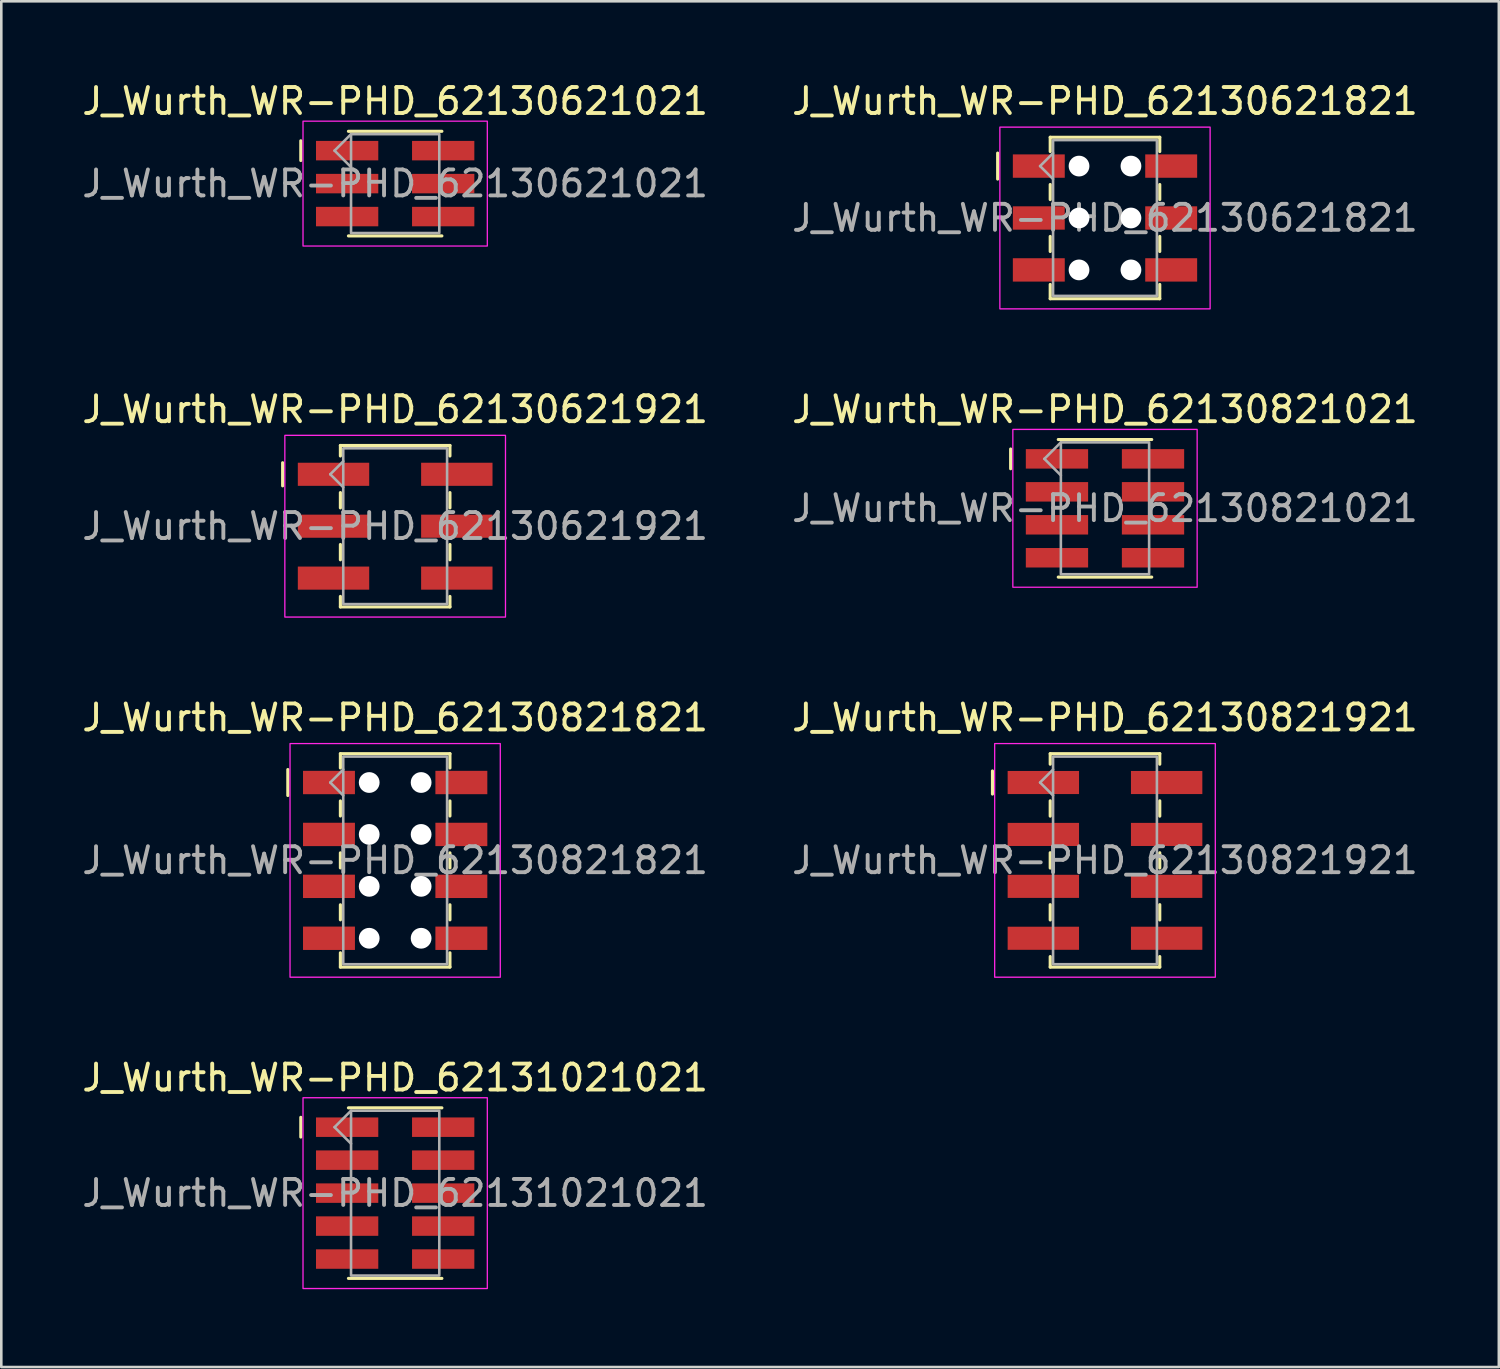
<source format=kicad_pcb>
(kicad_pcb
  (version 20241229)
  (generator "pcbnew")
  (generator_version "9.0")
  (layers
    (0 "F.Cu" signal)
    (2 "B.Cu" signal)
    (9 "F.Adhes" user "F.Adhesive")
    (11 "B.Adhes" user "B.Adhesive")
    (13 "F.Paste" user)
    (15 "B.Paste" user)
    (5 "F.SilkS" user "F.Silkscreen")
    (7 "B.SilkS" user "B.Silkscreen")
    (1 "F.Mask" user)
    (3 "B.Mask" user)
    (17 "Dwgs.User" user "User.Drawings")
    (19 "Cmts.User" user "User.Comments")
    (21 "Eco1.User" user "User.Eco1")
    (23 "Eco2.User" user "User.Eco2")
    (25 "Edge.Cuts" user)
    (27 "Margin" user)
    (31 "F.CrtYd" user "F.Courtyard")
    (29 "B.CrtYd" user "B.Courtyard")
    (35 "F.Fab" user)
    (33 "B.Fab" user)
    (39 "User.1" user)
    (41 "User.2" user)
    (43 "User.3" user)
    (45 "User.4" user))
  (footprint "J_Wurth_WR-PHD_62130821821"
    (layer "F.Cu")
    (at 12.173 30.095)
    (property "Reference" "J_Wurth_WR-PHD_62130821821" (at 0 -5.5 0) (unlocked yes) (layer "F.SilkS") (effects (font (size 1 1) (thickness 0.15))))
    (attr smd)
    (fp_line (start -4.135 -3.5) (end -4.135 -2.5) (stroke (width 0.12) (type solid)) (layer "F.SilkS"))
    (fp_line (start -2.11 -4.11) (end -2.11 -3.56) (stroke (width 0.12) (type solid)) (layer "F.SilkS"))
    (fp_line (start -2.11 -2.29) (end -2.11 -1.71) (stroke (width 0.12) (type solid)) (layer "F.SilkS"))
    (fp_line (start -2.11 -0.29) (end -2.11 0.29) (stroke (width 0.12) (type solid)) (layer "F.SilkS"))
    (fp_line (start -2.11 1.71) (end -2.11 2.29) (stroke (width 0.12) (type solid)) (layer "F.SilkS"))
    (fp_line (start -2.11 3.56) (end -2.11 4.11) (stroke (width 0.12) (type solid)) (layer "F.SilkS"))
    (fp_line (start -2.11 4.11) (end 2.11 4.11) (stroke (width 0.12) (type solid)) (layer "F.SilkS"))
    (fp_line (start 2.11 -4.11) (end -2.11 -4.11) (stroke (width 0.12) (type solid)) (layer "F.SilkS"))
    (fp_line (start 2.11 -4.11) (end 2.11 -3.56) (stroke (width 0.12) (type solid)) (layer "F.SilkS"))
    (fp_line (start 2.11 -2.29) (end 2.11 -1.71) (stroke (width 0.12) (type solid)) (layer "F.SilkS"))
    (fp_line (start 2.11 -0.29) (end 2.11 0.29) (stroke (width 0.12) (type solid)) (layer "F.SilkS"))
    (fp_line (start 2.11 1.71) (end 2.11 2.29) (stroke (width 0.12) (type solid)) (layer "F.SilkS"))
    (fp_line (start 2.11 3.56) (end 2.11 4.11) (stroke (width 0.12) (type solid)) (layer "F.SilkS"))
    (fp_rect (start -4.05 -4.5) (end 4.05 4.5) (stroke (width 0.05) (type solid)) (fill no) (layer "F.CrtYd"))
    (fp_line (start -2.5 -3) (end -2 -2.5) (stroke (width 0.1) (type default)) (layer "F.Fab"))
    (fp_line (start -2 -3.5) (end -2.5 -3) (stroke (width 0.1) (type default)) (layer "F.Fab"))
    (fp_rect (start -2 -4) (end 2 4) (stroke (width 0.1) (type solid)) (fill no) (layer "F.Fab"))
    (fp_text user "${REFERENCE}" (at 0 0 0) (unlocked yes) (layer "F.Fab") (effects (font (size 1 1) (thickness 0.15))))
    (pad "" np_thru_hole circle (at -1 -3 270) (size 0.8 0.8) (drill 0.8) (layers "*.Cu" "*.Mask"))
    (pad "" np_thru_hole circle (at -1 -1 270) (size 0.8 0.8) (drill 0.8) (layers "*.Cu" "*.Mask"))
    (pad "" np_thru_hole circle (at -1 1 270) (size 0.8 0.8) (drill 0.8) (layers "*.Cu" "*.Mask"))
    (pad "" np_thru_hole circle (at -1 3 270) (size 0.8 0.8) (drill 0.8) (layers "*.Cu" "*.Mask"))
    (pad "" np_thru_hole circle (at 1 -3 270) (size 0.8 0.8) (drill 0.8) (layers "*.Cu" "*.Mask"))
    (pad "" np_thru_hole circle (at 1 -1 270) (size 0.8 0.8) (drill 0.8) (layers "*.Cu" "*.Mask"))
    (pad "" np_thru_hole circle (at 1 1 270) (size 0.8 0.8) (drill 0.8) (layers "*.Cu" "*.Mask"))
    (pad "" np_thru_hole circle (at 1 3 270) (size 0.8 0.8) (drill 0.8) (layers "*.Cu" "*.Mask"))
    (pad "1" smd rect (at -2.55 -3 270) (size 0.9 2) (layers "F.Cu" "F.Mask" "F.Paste"))
    (pad "2" smd rect (at 2.55 -3 270) (size 0.9 2) (layers "F.Cu" "F.Mask" "F.Paste"))
    (pad "3" smd rect (at -2.55 -1 270) (size 0.9 2) (layers "F.Cu" "F.Mask" "F.Paste"))
    (pad "4" smd rect (at 2.55 -1 270) (size 0.9 2) (layers "F.Cu" "F.Mask" "F.Paste"))
    (pad "5" smd rect (at -2.55 1 270) (size 0.9 2) (layers "F.Cu" "F.Mask" "F.Paste"))
    (pad "6" smd rect (at 2.55 1 270) (size 0.9 2) (layers "F.Cu" "F.Mask" "F.Paste"))
    (pad "7" smd rect (at -2.55 3 270) (size 0.9 2) (layers "F.Cu" "F.Mask" "F.Paste"))
    (pad "8" smd rect (at 2.55 3 270) (size 0.9 2) (layers "F.Cu" "F.Mask" "F.Paste")))
  (footprint "J_Wurth_WR-PHD_62130821921"
    (layer "F.Cu")
    (at 39.518 30.095)
    (property "Reference" "J_Wurth_WR-PHD_62130821921" (at 0 -5.5 0) (unlocked yes) (layer "F.SilkS") (effects (font (size 1 1) (thickness 0.15))))
    (attr smd)
    (fp_line (start -4.335 -3.445) (end -4.335 -2.555) (stroke (width 0.12) (type solid)) (layer "F.SilkS"))
    (fp_line (start -2.11 -4.11) (end -2.11 -3.705) (stroke (width 0.12) (type solid)) (layer "F.SilkS"))
    (fp_line (start -2.11 -2.295) (end -2.11 -1.705) (stroke (width 0.12) (type solid)) (layer "F.SilkS"))
    (fp_line (start -2.11 -0.295) (end -2.11 0.295) (stroke (width 0.12) (type solid)) (layer "F.SilkS"))
    (fp_line (start -2.11 1.705) (end -2.11 2.295) (stroke (width 0.12) (type solid)) (layer "F.SilkS"))
    (fp_line (start -2.11 3.705) (end -2.11 4.11) (stroke (width 0.12) (type solid)) (layer "F.SilkS"))
    (fp_line (start 2.11 -4.11) (end -2.11 -4.11) (stroke (width 0.12) (type solid)) (layer "F.SilkS"))
    (fp_line (start 2.11 -4.11) (end 2.11 -3.705) (stroke (width 0.12) (type solid)) (layer "F.SilkS"))
    (fp_line (start 2.11 -2.295) (end 2.11 -1.705) (stroke (width 0.12) (type solid)) (layer "F.SilkS"))
    (fp_line (start 2.11 -0.295) (end 2.11 0.295) (stroke (width 0.12) (type solid)) (layer "F.SilkS"))
    (fp_line (start 2.11 1.705) (end 2.11 2.295) (stroke (width 0.12) (type solid)) (layer "F.SilkS"))
    (fp_line (start 2.11 3.705) (end 2.11 4.11) (stroke (width 0.12) (type solid)) (layer "F.SilkS"))
    (fp_line (start 2.11 4.11) (end -2.11 4.11) (stroke (width 0.12) (type solid)) (layer "F.SilkS"))
    (fp_rect (start -4.25 -4.5) (end 4.25 4.5) (stroke (width 0.05) (type solid)) (fill no) (layer "F.CrtYd"))
    (fp_line (start -2.5 -3) (end -2 -2.5) (stroke (width 0.1) (type default)) (layer "F.Fab"))
    (fp_line (start -2 -3.5) (end -2.5 -3) (stroke (width 0.1) (type default)) (layer "F.Fab"))
    (fp_rect (start -2 -4) (end 2 4) (stroke (width 0.1) (type solid)) (fill no) (layer "F.Fab"))
    (fp_text user "${REFERENCE}" (at 0 0 0) (unlocked yes) (layer "F.Fab") (effects (font (size 1 1) (thickness 0.15))))
    (pad "1" smd rect (at -2.375 -3 270) (size 0.89 2.75) (layers "F.Cu" "F.Mask" "F.Paste"))
    (pad "2" smd rect (at 2.375 -3 270) (size 0.89 2.75) (layers "F.Cu" "F.Mask" "F.Paste"))
    (pad "3" smd rect (at -2.375 -1 270) (size 0.89 2.75) (layers "F.Cu" "F.Mask" "F.Paste"))
    (pad "4" smd rect (at 2.375 -1 270) (size 0.89 2.75) (layers "F.Cu" "F.Mask" "F.Paste"))
    (pad "5" smd rect (at -2.375 1 270) (size 0.89 2.75) (layers "F.Cu" "F.Mask" "F.Paste"))
    (pad "6" smd rect (at 2.375 1 270) (size 0.89 2.75) (layers "F.Cu" "F.Mask" "F.Paste"))
    (pad "7" smd rect (at -2.375 3 270) (size 0.89 2.75) (layers "F.Cu" "F.Mask" "F.Paste"))
    (pad "8" smd rect (at 2.375 3 270) (size 0.89 2.75) (layers "F.Cu" "F.Mask" "F.Paste")))
  (footprint "J_Wurth_WR-PHD_62130821021"
    (layer "F.Cu")
    (at 39.518 16.532)
    (property "Reference" "J_Wurth_WR-PHD_62130821021" (at 0 -3.81 0) (unlocked yes) (layer "F.SilkS") (effects (font (size 1 1) (thickness 0.15))))
    (attr smd)
    (fp_line (start -3.635 -2.285) (end -3.635 -1.525) (stroke (width 0.12) (type solid)) (layer "F.SilkS"))
    (fp_line (start 1.8 -2.65) (end -1.8 -2.65) (stroke (width 0.12) (type solid)) (layer "F.SilkS"))
    (fp_line (start 1.8 2.65) (end -1.8 2.65) (stroke (width 0.12) (type solid)) (layer "F.SilkS"))
    (fp_rect (start -3.55 -3.04) (end 3.55 3.04) (stroke (width 0.05) (type solid)) (fill no) (layer "F.CrtYd"))
    (fp_line (start -2.335 -1.905) (end -1.7 -1.27) (stroke (width 0.1) (type default)) (layer "F.Fab"))
    (fp_line (start -1.7 -2.54) (end -2.335 -1.905) (stroke (width 0.1) (type default)) (layer "F.Fab"))
    (fp_rect (start -1.7 -2.54) (end 1.7 2.54) (stroke (width 0.1) (type solid)) (fill no) (layer "F.Fab"))
    (fp_text user "${REFERENCE}" (at 0 0 0) (unlocked yes) (layer "F.Fab") (effects (font (size 1 1) (thickness 0.15))))
    (pad "1" smd rect (at -1.85 -1.905 270) (size 0.75 2.4) (layers "F.Cu" "F.Mask" "F.Paste"))
    (pad "2" smd rect (at 1.85 -1.905 270) (size 0.75 2.4) (layers "F.Cu" "F.Mask" "F.Paste"))
    (pad "3" smd rect (at -1.85 -0.635 270) (size 0.75 2.4) (layers "F.Cu" "F.Mask" "F.Paste"))
    (pad "4" smd rect (at 1.85 -0.635 270) (size 0.75 2.4) (layers "F.Cu" "F.Mask" "F.Paste"))
    (pad "5" smd rect (at -1.85 0.635 270) (size 0.75 2.4) (layers "F.Cu" "F.Mask" "F.Paste"))
    (pad "6" smd rect (at 1.85 0.635 270) (size 0.75 2.4) (layers "F.Cu" "F.Mask" "F.Paste"))
    (pad "7" smd rect (at -1.85 1.905 270) (size 0.75 2.4) (layers "F.Cu" "F.Mask" "F.Paste"))
    (pad "8" smd rect (at 1.85 1.905 270) (size 0.75 2.4) (layers "F.Cu" "F.Mask" "F.Paste")))
  (footprint "J_Wurth_WR-PHD_62130621021"
    (layer "F.Cu")
    (at 12.173 4.023)
    (property "Reference" "J_Wurth_WR-PHD_62130621021" (at 0 -3.175 0) (unlocked yes) (layer "F.SilkS") (effects (font (size 1 1) (thickness 0.15))))
    (attr smd)
    (fp_line (start -3.635 -1.65) (end -3.635 -0.89) (stroke (width 0.12) (type solid)) (layer "F.SilkS"))
    (fp_line (start 1.8 -2.015) (end -1.8 -2.015) (stroke (width 0.12) (type solid)) (layer "F.SilkS"))
    (fp_line (start 1.8 2.015) (end -1.8 2.015) (stroke (width 0.12) (type solid)) (layer "F.SilkS"))
    (fp_rect (start -3.55 -2.405) (end 3.55 2.405) (stroke (width 0.05) (type solid)) (fill no) (layer "F.CrtYd"))
    (fp_line (start -2.335 -1.27) (end -1.7 -0.635) (stroke (width 0.1) (type default)) (layer "F.Fab"))
    (fp_line (start -1.7 -1.905) (end -2.335 -1.27) (stroke (width 0.1) (type default)) (layer "F.Fab"))
    (fp_rect (start -1.7 -1.905) (end 1.7 1.905) (stroke (width 0.1) (type solid)) (fill no) (layer "F.Fab"))
    (fp_text user "${REFERENCE}" (at 0 0 0) (unlocked yes) (layer "F.Fab") (effects (font (size 1 1) (thickness 0.15))))
    (pad "1" smd rect (at -1.85 -1.27 270) (size 0.75 2.4) (layers "F.Cu" "F.Mask" "F.Paste"))
    (pad "2" smd rect (at 1.85 -1.27 270) (size 0.75 2.4) (layers "F.Cu" "F.Mask" "F.Paste"))
    (pad "3" smd rect (at -1.85 0 270) (size 0.75 2.4) (layers "F.Cu" "F.Mask" "F.Paste"))
    (pad "4" smd rect (at 1.85 0 270) (size 0.75 2.4) (layers "F.Cu" "F.Mask" "F.Paste"))
    (pad "5" smd rect (at -1.85 1.27 270) (size 0.75 2.4) (layers "F.Cu" "F.Mask" "F.Paste"))
    (pad "6" smd rect (at 1.85 1.27 270) (size 0.75 2.4) (layers "F.Cu" "F.Mask" "F.Paste")))
  (footprint "J_Wurth_WR-PHD_62130621921"
    (layer "F.Cu")
    (at 12.173 17.221)
    (property "Reference" "J_Wurth_WR-PHD_62130621921" (at 0 -4.5 0) (unlocked yes) (layer "F.SilkS") (effects (font (size 1 1) (thickness 0.15))))
    (attr smd)
    (fp_line (start -4.335 -2.445) (end -4.335 -1.555) (stroke (width 0.12) (type solid)) (layer "F.SilkS"))
    (fp_line (start -2.11 -3.11) (end -2.11 -2.705) (stroke (width 0.12) (type solid)) (layer "F.SilkS"))
    (fp_line (start -2.11 -1.295) (end -2.11 -0.705) (stroke (width 0.12) (type solid)) (layer "F.SilkS"))
    (fp_line (start -2.11 0.705) (end -2.11 1.295) (stroke (width 0.12) (type solid)) (layer "F.SilkS"))
    (fp_line (start -2.11 2.705) (end -2.11 3.11) (stroke (width 0.12) (type solid)) (layer "F.SilkS"))
    (fp_line (start 2.11 -3.11) (end -2.11 -3.11) (stroke (width 0.12) (type solid)) (layer "F.SilkS"))
    (fp_line (start 2.11 -3.11) (end 2.11 -2.705) (stroke (width 0.12) (type solid)) (layer "F.SilkS"))
    (fp_line (start 2.11 -1.295) (end 2.11 -0.705) (stroke (width 0.12) (type solid)) (layer "F.SilkS"))
    (fp_line (start 2.11 0.705) (end 2.11 1.295) (stroke (width 0.12) (type solid)) (layer "F.SilkS"))
    (fp_line (start 2.11 2.705) (end 2.11 3.11) (stroke (width 0.12) (type solid)) (layer "F.SilkS"))
    (fp_line (start 2.11 3.11) (end -2.11 3.11) (stroke (width 0.12) (type solid)) (layer "F.SilkS"))
    (fp_rect (start -4.25 -3.5) (end 4.25 3.5) (stroke (width 0.05) (type solid)) (fill no) (layer "F.CrtYd"))
    (fp_line (start -2.5 -2) (end -2 -1.5) (stroke (width 0.1) (type default)) (layer "F.Fab"))
    (fp_line (start -2 -2.5) (end -2.5 -2) (stroke (width 0.1) (type default)) (layer "F.Fab"))
    (fp_rect (start -2 -3) (end 2 3) (stroke (width 0.1) (type solid)) (fill no) (layer "F.Fab"))
    (fp_text user "${REFERENCE}" (at 0 0 0) (unlocked yes) (layer "F.Fab") (effects (font (size 1 1) (thickness 0.15))))
    (pad "1" smd rect (at -2.375 -2 270) (size 0.89 2.75) (layers "F.Cu" "F.Mask" "F.Paste"))
    (pad "2" smd rect (at 2.375 -2 270) (size 0.89 2.75) (layers "F.Cu" "F.Mask" "F.Paste"))
    (pad "3" smd rect (at -2.375 0 270) (size 0.89 2.75) (layers "F.Cu" "F.Mask" "F.Paste"))
    (pad "4" smd rect (at 2.375 0 270) (size 0.89 2.75) (layers "F.Cu" "F.Mask" "F.Paste"))
    (pad "5" smd rect (at -2.375 2 270) (size 0.89 2.75) (layers "F.Cu" "F.Mask" "F.Paste"))
    (pad "6" smd rect (at 2.375 2 270) (size 0.89 2.75) (layers "F.Cu" "F.Mask" "F.Paste")))
  (footprint "J_Wurth_WR-PHD_62130621821"
    (layer "F.Cu")
    (at 39.518 5.348)
    (property "Reference" "J_Wurth_WR-PHD_62130621821" (at 0 -4.5 0) (unlocked yes) (layer "F.SilkS") (effects (font (size 1 1) (thickness 0.15))))
    (attr smd)
    (fp_line (start -4.135 -2.5) (end -4.135 -1.5) (stroke (width 0.12) (type solid)) (layer "F.SilkS"))
    (fp_line (start -2.11 -3.11) (end -2.11 -2.56) (stroke (width 0.12) (type solid)) (layer "F.SilkS"))
    (fp_line (start -2.11 -1.29) (end -2.11 -0.71) (stroke (width 0.12) (type solid)) (layer "F.SilkS"))
    (fp_line (start -2.11 0.71) (end -2.11 1.29) (stroke (width 0.12) (type solid)) (layer "F.SilkS"))
    (fp_line (start -2.11 2.56) (end -2.11 3.11) (stroke (width 0.12) (type solid)) (layer "F.SilkS"))
    (fp_line (start -2.11 3.11) (end 2.11 3.11) (stroke (width 0.12) (type solid)) (layer "F.SilkS"))
    (fp_line (start 2.11 -3.11) (end -2.11 -3.11) (stroke (width 0.12) (type solid)) (layer "F.SilkS"))
    (fp_line (start 2.11 -3.11) (end 2.11 -2.56) (stroke (width 0.12) (type solid)) (layer "F.SilkS"))
    (fp_line (start 2.11 -1.29) (end 2.11 -0.71) (stroke (width 0.12) (type solid)) (layer "F.SilkS"))
    (fp_line (start 2.11 0.71) (end 2.11 1.29) (stroke (width 0.12) (type solid)) (layer "F.SilkS"))
    (fp_line (start 2.11 2.56) (end 2.11 3.11) (stroke (width 0.12) (type solid)) (layer "F.SilkS"))
    (fp_rect (start -4.05 -3.5) (end 4.05 3.5) (stroke (width 0.05) (type solid)) (fill no) (layer "F.CrtYd"))
    (fp_line (start -2.5 -2) (end -2 -1.5) (stroke (width 0.1) (type default)) (layer "F.Fab"))
    (fp_line (start -2 -2.5) (end -2.5 -2) (stroke (width 0.1) (type default)) (layer "F.Fab"))
    (fp_rect (start -2 -3) (end 2 3) (stroke (width 0.1) (type solid)) (fill no) (layer "F.Fab"))
    (fp_text user "${REFERENCE}" (at 0 0 0) (unlocked yes) (layer "F.Fab") (effects (font (size 1 1) (thickness 0.15))))
    (pad "" np_thru_hole circle (at -1 -2 270) (size 0.8 0.8) (drill 0.8) (layers "*.Cu" "*.Mask"))
    (pad "" np_thru_hole circle (at -1 0 270) (size 0.8 0.8) (drill 0.8) (layers "*.Cu" "*.Mask"))
    (pad "" np_thru_hole circle (at -1 2 270) (size 0.8 0.8) (drill 0.8) (layers "*.Cu" "*.Mask"))
    (pad "" np_thru_hole circle (at 1 -2 270) (size 0.8 0.8) (drill 0.8) (layers "*.Cu" "*.Mask"))
    (pad "" np_thru_hole circle (at 1 0 270) (size 0.8 0.8) (drill 0.8) (layers "*.Cu" "*.Mask"))
    (pad "" np_thru_hole circle (at 1 2 270) (size 0.8 0.8) (drill 0.8) (layers "*.Cu" "*.Mask"))
    (pad "1" smd rect (at -2.55 -2 270) (size 0.9 2) (layers "F.Cu" "F.Mask" "F.Paste"))
    (pad "2" smd rect (at 2.55 -2 270) (size 0.9 2) (layers "F.Cu" "F.Mask" "F.Paste"))
    (pad "3" smd rect (at -2.55 0 270) (size 0.9 2) (layers "F.Cu" "F.Mask" "F.Paste"))
    (pad "4" smd rect (at 2.55 0 270) (size 0.9 2) (layers "F.Cu" "F.Mask" "F.Paste"))
    (pad "5" smd rect (at -2.55 2 270) (size 0.9 2) (layers "F.Cu" "F.Mask" "F.Paste"))
    (pad "6" smd rect (at 2.55 2 270) (size 0.9 2) (layers "F.Cu" "F.Mask" "F.Paste")))
  (footprint "J_Wurth_WR-PHD_62131021021"
    (layer "F.Cu")
    (at 12.173 42.913)
    (property "Reference" "J_Wurth_WR-PHD_62131021021" (at 0 -4.445 0) (unlocked yes) (layer "F.SilkS") (effects (font (size 1 1) (thickness 0.15))))
    (attr smd)
    (fp_line (start -3.635 -2.92) (end -3.635 -2.16) (stroke (width 0.12) (type solid)) (layer "F.SilkS"))
    (fp_line (start 1.8 -3.285) (end -1.8 -3.285) (stroke (width 0.12) (type solid)) (layer "F.SilkS"))
    (fp_line (start 1.8 3.285) (end -1.8 3.285) (stroke (width 0.12) (type solid)) (layer "F.SilkS"))
    (fp_rect (start -3.55 -3.675) (end 3.55 3.675) (stroke (width 0.05) (type solid)) (fill no) (layer "F.CrtYd"))
    (fp_line (start -2.335 -2.54) (end -1.7 -1.905) (stroke (width 0.1) (type default)) (layer "F.Fab"))
    (fp_line (start -1.7 -3.175) (end -2.335 -2.54) (stroke (width 0.1) (type default)) (layer "F.Fab"))
    (fp_rect (start -1.7 -3.175) (end 1.7 3.175) (stroke (width 0.1) (type solid)) (fill no) (layer "F.Fab"))
    (fp_text user "${REFERENCE}" (at 0 0 0) (unlocked yes) (layer "F.Fab") (effects (font (size 1 1) (thickness 0.15))))
    (pad "1" smd rect (at -1.85 -2.54 270) (size 0.75 2.4) (layers "F.Cu" "F.Mask" "F.Paste"))
    (pad "2" smd rect (at 1.85 -2.54 270) (size 0.75 2.4) (layers "F.Cu" "F.Mask" "F.Paste"))
    (pad "3" smd rect (at -1.85 -1.27 270) (size 0.75 2.4) (layers "F.Cu" "F.Mask" "F.Paste"))
    (pad "4" smd rect (at 1.85 -1.27 270) (size 0.75 2.4) (layers "F.Cu" "F.Mask" "F.Paste"))
    (pad "5" smd rect (at -1.85 0 270) (size 0.75 2.4) (layers "F.Cu" "F.Mask" "F.Paste"))
    (pad "6" smd rect (at 1.85 0 270) (size 0.75 2.4) (layers "F.Cu" "F.Mask" "F.Paste"))
    (pad "7" smd rect (at -1.85 1.27 270) (size 0.75 2.4) (layers "F.Cu" "F.Mask" "F.Paste"))
    (pad "8" smd rect (at 1.85 1.27 270) (size 0.75 2.4) (layers "F.Cu" "F.Mask" "F.Paste"))
    (pad "9" smd rect (at -1.85 2.54 270) (size 0.75 2.4) (layers "F.Cu" "F.Mask" "F.Paste"))
    (pad "10" smd rect (at 1.85 2.54 270) (size 0.75 2.4) (layers "F.Cu" "F.Mask" "F.Paste")))
  (gr_rect
    (start -3 -3)
    (end 54.69 49.613)
    (stroke (width 0.1) (type default))
    (fill no)
    (layer "Edge.Cuts")))
</source>
